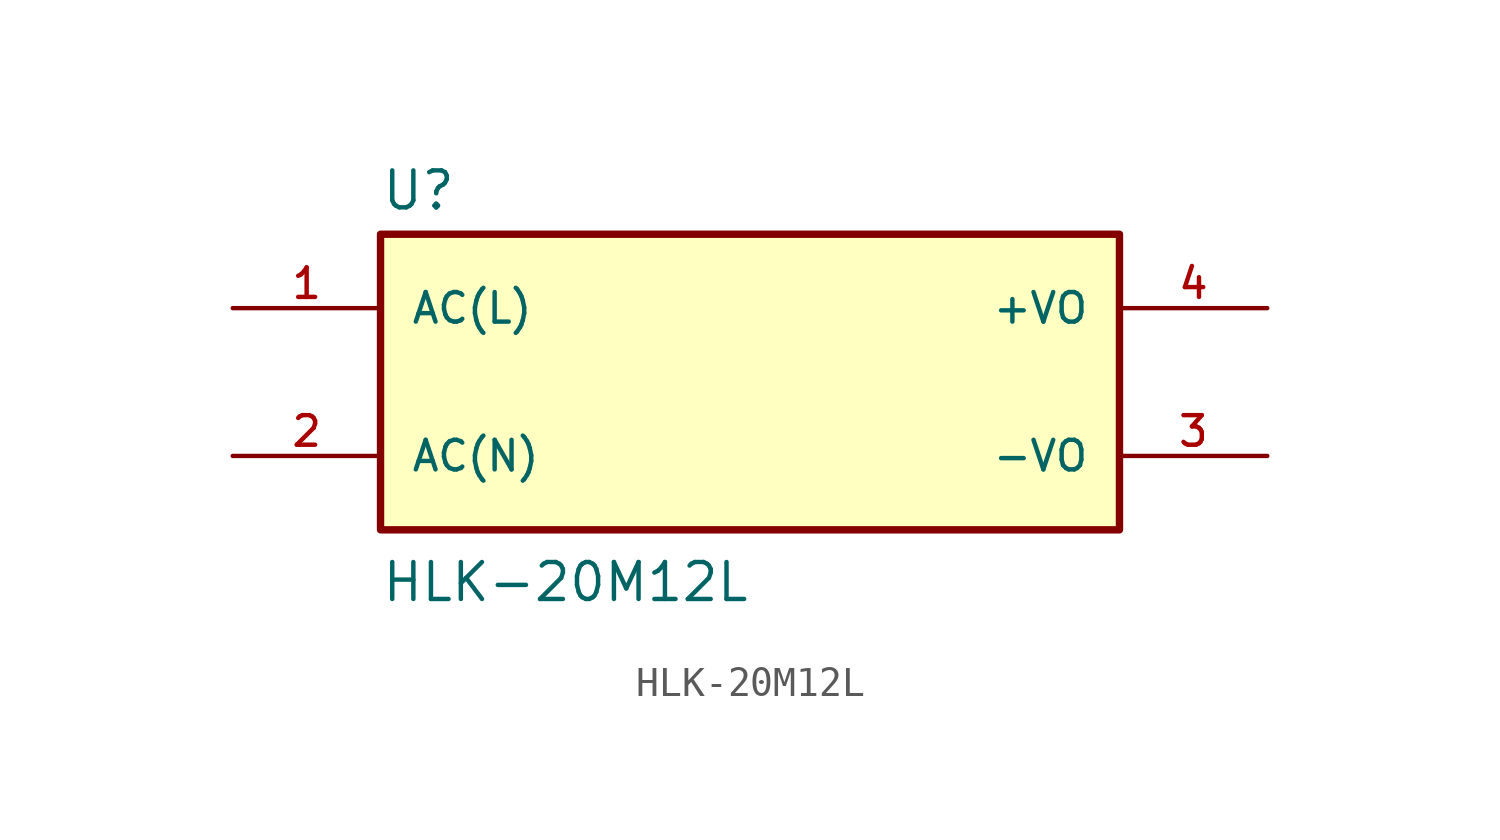
<source format=kicad_sym>
(kicad_symbol_lib
  (version 20220914)
  (generator kicad_symbol_editor)
  (symbol "HLK-20M12L"
    (pin_names
      (offset 1.016))
    (property "Reference" "U"
      (at -12.7 5.842 0)
      (effects (font (size 1.27 1.27)) (justify left bottom)))
    (property "Value" "HLK-20M12L"
      (at -12.7 -7.62 0)
      (effects (font (size 1.27 1.27)) (justify left bottom)))
    (property "Manufacturer" ""
      (at 0 0 0)
      (effects (font (size 1.27 1.27)) (justify left)))
    (property "Manufacturer Part Number" ""
      (at 0 0 0)
      (effects (font (size 1.27 1.27)) (justify left)))
    (symbol "HLK-20M12L_0_0"
      (rectangle (start -12.7 -5.08) (end 12.7 5.08) (stroke (width 0.254) (type default)) (fill (type background)))
      (pin input line (at -17.78 2.54 0) (length 5.08) (name "AC(L)" (effects (font (size 1.016 1.016)))) (number "1" (effects (font (size 1.016 1.016)))))
      (pin input line (at -17.78 -2.54 0) (length 5.08) (name "AC(N)" (effects (font (size 1.016 1.016)))) (number "2" (effects (font (size 1.016 1.016)))))
      (pin output line (at 17.78 -2.54 180) (length 5.08) (name "-VO" (effects (font (size 1.016 1.016)))) (number "3" (effects (font (size 1.016 1.016)))))
      (pin output line (at 17.78 2.54 180) (length 5.08) (name "+VO" (effects (font (size 1.016 1.016)))) (number "4" (effects (font (size 1.016 1.016))))))))
</source>
